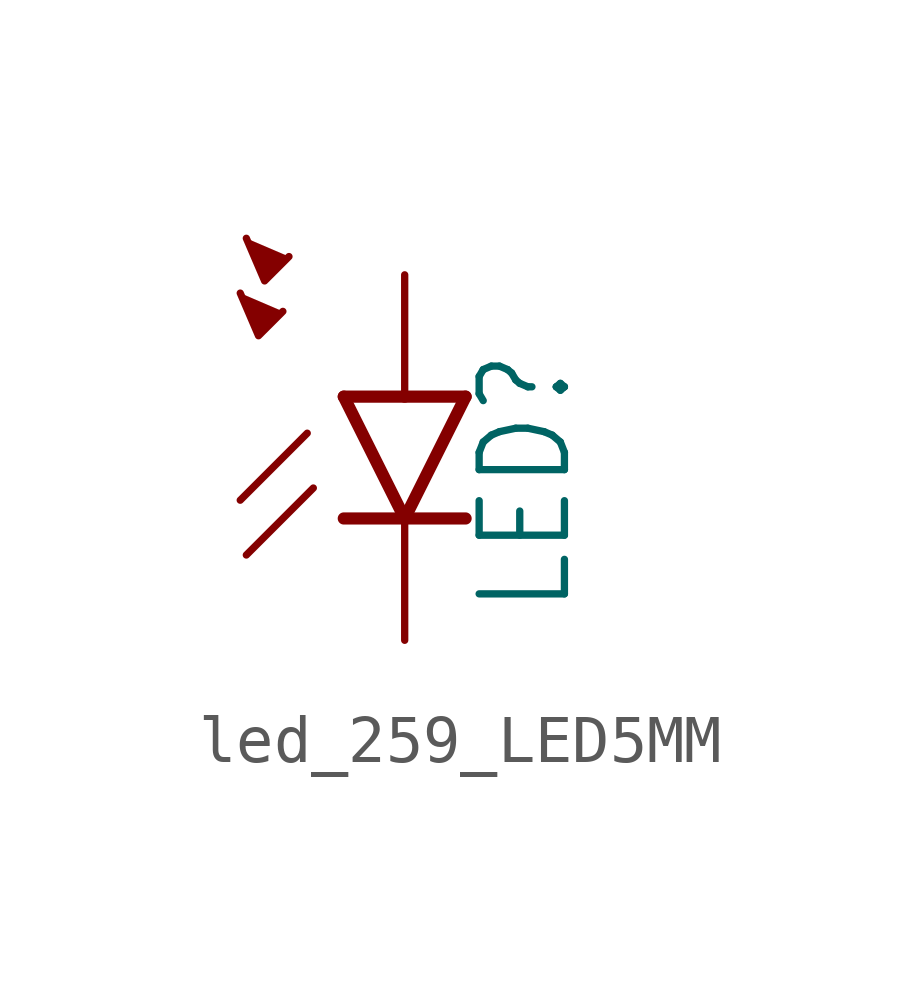
<source format=kicad_sym>
(kicad_symbol_lib
  (version 20241209)
  (generator "kicad_symbol_editor")
  (generator_version "9.0")
  (symbol "led_259_LED5MM"
    (property "Reference" "LED"
      (at 3.556 -4.572 90)
      (effects (font (size 1.778 1.511)) (justify left bottom)))
    (property "Value" ""
      (at 5.715 -4.572 90)
      (effects (font (size 1.778 1.511)) (justify left bottom)))
    (property "ki_locked" ""
      (at 0 0 0)
      (effects (font (size 1.27 1.27))))
    (symbol "led_259_LED5MM_1_0"
      (polyline (pts (xy -3.429 2.159) (xy -3.048 1.27) (xy -2.54 1.778)) (stroke (width 0.152) (type solid)) (fill (type outline)))
      (polyline (pts (xy -3.302 3.302) (xy -2.921 2.413) (xy -2.413 2.921)) (stroke (width 0.152) (type solid)) (fill (type outline)))
      (polyline (pts (xy -2.032 -0.762) (xy -3.429 -2.159)) (stroke (width 0.152) (type solid)) (fill (type none)))
      (polyline (pts (xy -1.905 -1.905) (xy -3.302 -3.302)) (stroke (width 0.152) (type solid)) (fill (type none)))
      (polyline (pts (xy 0 0) (xy -1.27 0)) (stroke (width 0.254) (type solid)) (fill (type none)))
      (polyline (pts (xy 0 -2.54) (xy -1.27 0)) (stroke (width 0.254) (type solid)) (fill (type none)))
      (polyline (pts (xy 0 -2.54) (xy -1.27 -2.54)) (stroke (width 0.254) (type solid)) (fill (type none)))
      (polyline (pts (xy 1.27 0) (xy 0 0)) (stroke (width 0.254) (type solid)) (fill (type none)))
      (polyline (pts (xy 1.27 0) (xy 0 -2.54)) (stroke (width 0.254) (type solid)) (fill (type none)))
      (polyline (pts (xy 1.27 -2.54) (xy 0 -2.54)) (stroke (width 0.254) (type solid)) (fill (type none)))
      (pin passive line (at 0 2.54 270) (length 2.54) (name "A" (effects (font (size 0 0)))) (number "A" (effects (font (size 0 0)))))
      (pin passive line (at 0 -5.08 90) (length 2.54) (name "C" (effects (font (size 0 0)))) (number "K" (effects (font (size 0 0))))))))
</source>
